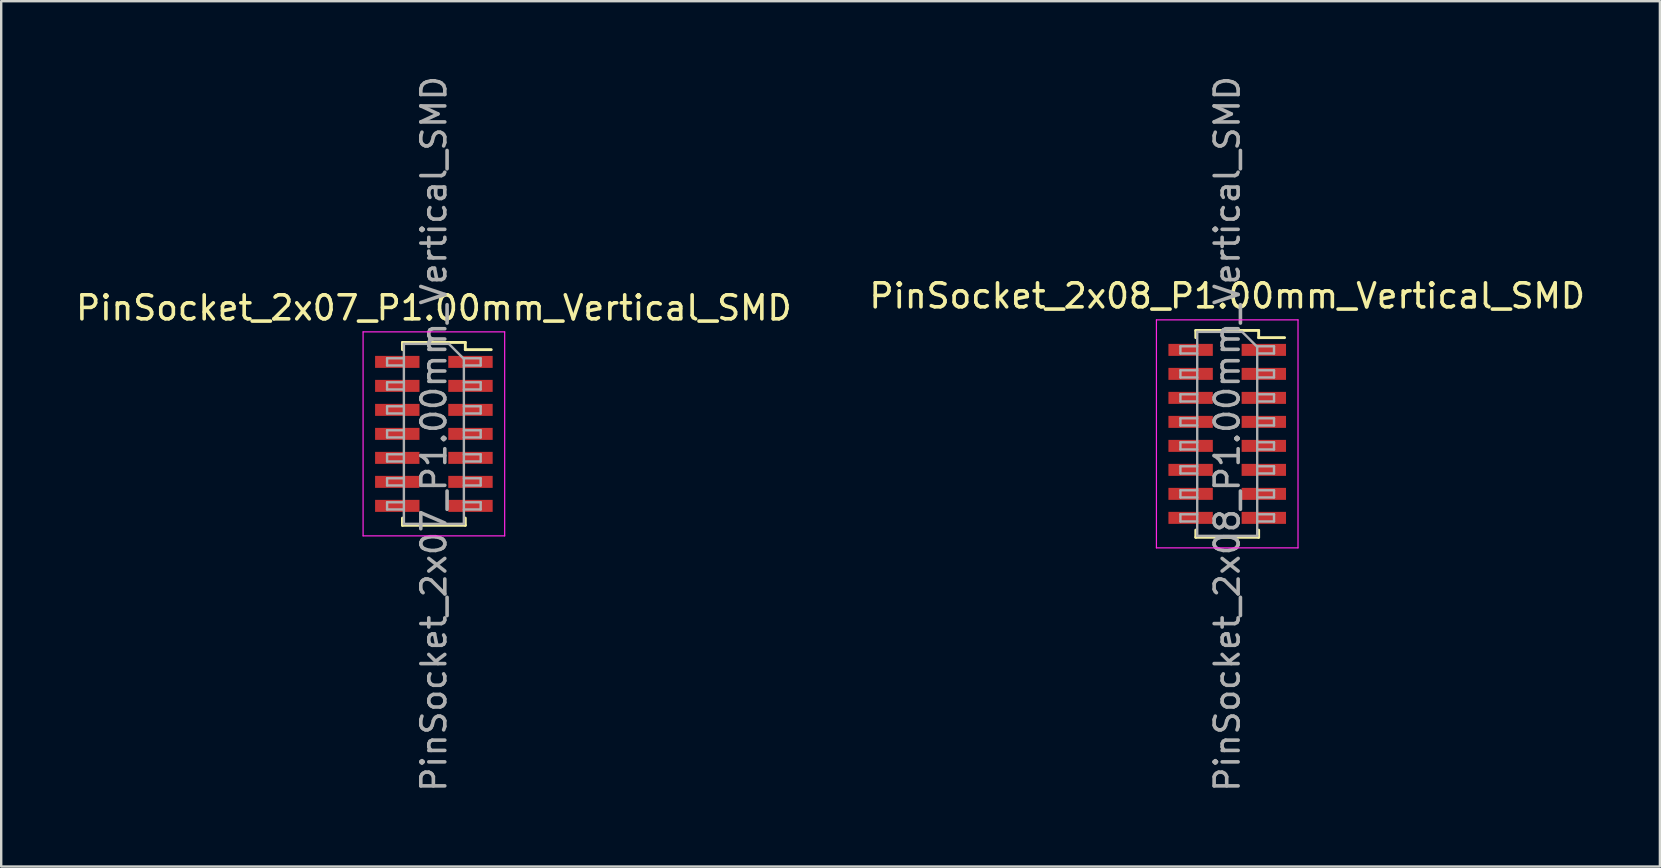
<source format=kicad_pcb>
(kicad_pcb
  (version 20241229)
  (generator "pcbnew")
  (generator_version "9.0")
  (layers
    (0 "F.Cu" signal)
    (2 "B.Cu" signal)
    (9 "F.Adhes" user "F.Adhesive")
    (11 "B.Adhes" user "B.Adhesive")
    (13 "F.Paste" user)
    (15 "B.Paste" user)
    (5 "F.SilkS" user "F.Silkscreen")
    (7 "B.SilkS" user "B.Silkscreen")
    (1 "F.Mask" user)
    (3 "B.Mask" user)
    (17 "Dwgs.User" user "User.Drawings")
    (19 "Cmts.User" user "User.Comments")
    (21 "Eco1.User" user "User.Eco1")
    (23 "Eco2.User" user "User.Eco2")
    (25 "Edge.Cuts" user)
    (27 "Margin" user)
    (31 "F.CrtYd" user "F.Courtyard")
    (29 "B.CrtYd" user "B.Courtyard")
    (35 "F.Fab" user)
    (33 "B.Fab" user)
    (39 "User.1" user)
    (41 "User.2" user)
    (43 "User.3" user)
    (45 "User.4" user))
  (footprint "PinSocket_2x07_P1.00mm_Vertical_SMD"
    (layer "F.Cu")
    (at 15.03 15.03)
    (property "Reference" "PinSocket_2x07_P1.00mm_Vertical_SMD" (at 0 -5.25 0) (layer "F.SilkS") (effects (font (size 1 1) (thickness 0.15))))
    (attr smd)
    (fp_line (start -1.31 -3.81) (end -1.31 -3.51) (stroke (width 0.12) (type solid)) (layer "F.SilkS"))
    (fp_line (start -1.31 -3.81) (end 1.31 -3.81) (stroke (width 0.12) (type solid)) (layer "F.SilkS"))
    (fp_line (start -1.31 3.51) (end -1.31 3.81) (stroke (width 0.12) (type solid)) (layer "F.SilkS"))
    (fp_line (start -1.31 3.81) (end 1.31 3.81) (stroke (width 0.12) (type solid)) (layer "F.SilkS"))
    (fp_line (start 1.31 -3.81) (end 1.31 -3.51) (stroke (width 0.12) (type solid)) (layer "F.SilkS"))
    (fp_line (start 1.31 -3.51) (end 2.39 -3.51) (stroke (width 0.12) (type solid)) (layer "F.SilkS"))
    (fp_line (start 1.31 3.51) (end 1.31 3.81) (stroke (width 0.12) (type solid)) (layer "F.SilkS"))
    (fp_line (start -2.95 -4.25) (end 2.95 -4.25) (stroke (width 0.05) (type solid)) (layer "F.CrtYd"))
    (fp_line (start -2.95 4.25) (end -2.95 -4.25) (stroke (width 0.05) (type solid)) (layer "F.CrtYd"))
    (fp_line (start 2.95 -4.25) (end 2.95 4.25) (stroke (width 0.05) (type solid)) (layer "F.CrtYd"))
    (fp_line (start 2.95 4.25) (end -2.95 4.25) (stroke (width 0.05) (type solid)) (layer "F.CrtYd"))
    (fp_line (start -1.95 -3.15) (end -1.25 -3.15) (stroke (width 0.1) (type solid)) (layer "F.Fab"))
    (fp_line (start -1.95 -2.85) (end -1.95 -3.15) (stroke (width 0.1) (type solid)) (layer "F.Fab"))
    (fp_line (start -1.95 -2.15) (end -1.25 -2.15) (stroke (width 0.1) (type solid)) (layer "F.Fab"))
    (fp_line (start -1.95 -1.85) (end -1.95 -2.15) (stroke (width 0.1) (type solid)) (layer "F.Fab"))
    (fp_line (start -1.95 -1.15) (end -1.25 -1.15) (stroke (width 0.1) (type solid)) (layer "F.Fab"))
    (fp_line (start -1.95 -0.85) (end -1.95 -1.15) (stroke (width 0.1) (type solid)) (layer "F.Fab"))
    (fp_line (start -1.95 -0.15) (end -1.25 -0.15) (stroke (width 0.1) (type solid)) (layer "F.Fab"))
    (fp_line (start -1.95 0.15) (end -1.95 -0.15) (stroke (width 0.1) (type solid)) (layer "F.Fab"))
    (fp_line (start -1.95 0.85) (end -1.25 0.85) (stroke (width 0.1) (type solid)) (layer "F.Fab"))
    (fp_line (start -1.95 1.15) (end -1.95 0.85) (stroke (width 0.1) (type solid)) (layer "F.Fab"))
    (fp_line (start -1.95 1.85) (end -1.25 1.85) (stroke (width 0.1) (type solid)) (layer "F.Fab"))
    (fp_line (start -1.95 2.15) (end -1.95 1.85) (stroke (width 0.1) (type solid)) (layer "F.Fab"))
    (fp_line (start -1.95 2.85) (end -1.25 2.85) (stroke (width 0.1) (type solid)) (layer "F.Fab"))
    (fp_line (start -1.95 3.15) (end -1.95 2.85) (stroke (width 0.1) (type solid)) (layer "F.Fab"))
    (fp_line (start -1.25 -3.75) (end 0.625 -3.75) (stroke (width 0.1) (type solid)) (layer "F.Fab"))
    (fp_line (start -1.25 -2.85) (end -1.95 -2.85) (stroke (width 0.1) (type solid)) (layer "F.Fab"))
    (fp_line (start -1.25 -1.85) (end -1.95 -1.85) (stroke (width 0.1) (type solid)) (layer "F.Fab"))
    (fp_line (start -1.25 -0.85) (end -1.95 -0.85) (stroke (width 0.1) (type solid)) (layer "F.Fab"))
    (fp_line (start -1.25 0.15) (end -1.95 0.15) (stroke (width 0.1) (type solid)) (layer "F.Fab"))
    (fp_line (start -1.25 1.15) (end -1.95 1.15) (stroke (width 0.1) (type solid)) (layer "F.Fab"))
    (fp_line (start -1.25 2.15) (end -1.95 2.15) (stroke (width 0.1) (type solid)) (layer "F.Fab"))
    (fp_line (start -1.25 3.15) (end -1.95 3.15) (stroke (width 0.1) (type solid)) (layer "F.Fab"))
    (fp_line (start -1.25 3.75) (end -1.25 -3.75) (stroke (width 0.1) (type solid)) (layer "F.Fab"))
    (fp_line (start 0.625 -3.75) (end 1.25 -3.125) (stroke (width 0.1) (type solid)) (layer "F.Fab"))
    (fp_line (start 1.25 -3.15) (end 1.95 -3.15) (stroke (width 0.1) (type solid)) (layer "F.Fab"))
    (fp_line (start 1.25 -3.125) (end 1.25 3.75) (stroke (width 0.1) (type solid)) (layer "F.Fab"))
    (fp_line (start 1.25 -2.15) (end 1.95 -2.15) (stroke (width 0.1) (type solid)) (layer "F.Fab"))
    (fp_line (start 1.25 -1.15) (end 1.95 -1.15) (stroke (width 0.1) (type solid)) (layer "F.Fab"))
    (fp_line (start 1.25 -0.15) (end 1.95 -0.15) (stroke (width 0.1) (type solid)) (layer "F.Fab"))
    (fp_line (start 1.25 0.85) (end 1.95 0.85) (stroke (width 0.1) (type solid)) (layer "F.Fab"))
    (fp_line (start 1.25 1.85) (end 1.95 1.85) (stroke (width 0.1) (type solid)) (layer "F.Fab"))
    (fp_line (start 1.25 2.85) (end 1.95 2.85) (stroke (width 0.1) (type solid)) (layer "F.Fab"))
    (fp_line (start 1.25 3.75) (end -1.25 3.75) (stroke (width 0.1) (type solid)) (layer "F.Fab"))
    (fp_line (start 1.95 -3.15) (end 1.95 -2.85) (stroke (width 0.1) (type solid)) (layer "F.Fab"))
    (fp_line (start 1.95 -2.85) (end 1.25 -2.85) (stroke (width 0.1) (type solid)) (layer "F.Fab"))
    (fp_line (start 1.95 -2.15) (end 1.95 -1.85) (stroke (width 0.1) (type solid)) (layer "F.Fab"))
    (fp_line (start 1.95 -1.85) (end 1.25 -1.85) (stroke (width 0.1) (type solid)) (layer "F.Fab"))
    (fp_line (start 1.95 -1.15) (end 1.95 -0.85) (stroke (width 0.1) (type solid)) (layer "F.Fab"))
    (fp_line (start 1.95 -0.85) (end 1.25 -0.85) (stroke (width 0.1) (type solid)) (layer "F.Fab"))
    (fp_line (start 1.95 -0.15) (end 1.95 0.15) (stroke (width 0.1) (type solid)) (layer "F.Fab"))
    (fp_line (start 1.95 0.15) (end 1.25 0.15) (stroke (width 0.1) (type solid)) (layer "F.Fab"))
    (fp_line (start 1.95 0.85) (end 1.95 1.15) (stroke (width 0.1) (type solid)) (layer "F.Fab"))
    (fp_line (start 1.95 1.15) (end 1.25 1.15) (stroke (width 0.1) (type solid)) (layer "F.Fab"))
    (fp_line (start 1.95 1.85) (end 1.95 2.15) (stroke (width 0.1) (type solid)) (layer "F.Fab"))
    (fp_line (start 1.95 2.15) (end 1.25 2.15) (stroke (width 0.1) (type solid)) (layer "F.Fab"))
    (fp_line (start 1.95 2.85) (end 1.95 3.15) (stroke (width 0.1) (type solid)) (layer "F.Fab"))
    (fp_line (start 1.95 3.15) (end 1.25 3.15) (stroke (width 0.1) (type solid)) (layer "F.Fab"))
    (fp_text user "${REFERENCE}" (at 0 0 90) (layer "F.Fab") (effects (font (size 1 1) (thickness 0.15))))
    (pad "1" smd rect (at 1.525 -3) (size 1.85 0.5) (layers "F.Cu" "F.Mask" "F.Paste"))
    (pad "2" smd rect (at -1.525 -3) (size 1.85 0.5) (layers "F.Cu" "F.Mask" "F.Paste"))
    (pad "3" smd rect (at 1.525 -2) (size 1.85 0.5) (layers "F.Cu" "F.Mask" "F.Paste"))
    (pad "4" smd rect (at -1.525 -2) (size 1.85 0.5) (layers "F.Cu" "F.Mask" "F.Paste"))
    (pad "5" smd rect (at 1.525 -1) (size 1.85 0.5) (layers "F.Cu" "F.Mask" "F.Paste"))
    (pad "6" smd rect (at -1.525 -1) (size 1.85 0.5) (layers "F.Cu" "F.Mask" "F.Paste"))
    (pad "7" smd rect (at 1.525 0) (size 1.85 0.5) (layers "F.Cu" "F.Mask" "F.Paste"))
    (pad "8" smd rect (at -1.525 0) (size 1.85 0.5) (layers "F.Cu" "F.Mask" "F.Paste"))
    (pad "9" smd rect (at 1.525 1) (size 1.85 0.5) (layers "F.Cu" "F.Mask" "F.Paste"))
    (pad "10" smd rect (at -1.525 1) (size 1.85 0.5) (layers "F.Cu" "F.Mask" "F.Paste"))
    (pad "11" smd rect (at 1.525 2) (size 1.85 0.5) (layers "F.Cu" "F.Mask" "F.Paste"))
    (pad "12" smd rect (at -1.525 2) (size 1.85 0.5) (layers "F.Cu" "F.Mask" "F.Paste"))
    (pad "13" smd rect (at 1.525 3) (size 1.85 0.5) (layers "F.Cu" "F.Mask" "F.Paste"))
    (pad "14" smd rect (at -1.525 3) (size 1.85 0.5) (layers "F.Cu" "F.Mask" "F.Paste")))
  (footprint "PinSocket_2x08_P1.00mm_Vertical_SMD"
    (layer "F.Cu")
    (at 48.089 15.03)
    (property "Reference" "PinSocket_2x08_P1.00mm_Vertical_SMD" (at 0 -5.75 0) (layer "F.SilkS") (effects (font (size 1 1) (thickness 0.15))))
    (attr smd)
    (fp_line (start -1.31 -4.31) (end -1.31 -4.01) (stroke (width 0.12) (type solid)) (layer "F.SilkS"))
    (fp_line (start -1.31 -4.31) (end 1.31 -4.31) (stroke (width 0.12) (type solid)) (layer "F.SilkS"))
    (fp_line (start -1.31 4.01) (end -1.31 4.31) (stroke (width 0.12) (type solid)) (layer "F.SilkS"))
    (fp_line (start -1.31 4.31) (end 1.31 4.31) (stroke (width 0.12) (type solid)) (layer "F.SilkS"))
    (fp_line (start 1.31 -4.31) (end 1.31 -4.01) (stroke (width 0.12) (type solid)) (layer "F.SilkS"))
    (fp_line (start 1.31 -4.01) (end 2.39 -4.01) (stroke (width 0.12) (type solid)) (layer "F.SilkS"))
    (fp_line (start 1.31 4.01) (end 1.31 4.31) (stroke (width 0.12) (type solid)) (layer "F.SilkS"))
    (fp_line (start -2.95 -4.75) (end 2.95 -4.75) (stroke (width 0.05) (type solid)) (layer "F.CrtYd"))
    (fp_line (start -2.95 4.75) (end -2.95 -4.75) (stroke (width 0.05) (type solid)) (layer "F.CrtYd"))
    (fp_line (start 2.95 -4.75) (end 2.95 4.75) (stroke (width 0.05) (type solid)) (layer "F.CrtYd"))
    (fp_line (start 2.95 4.75) (end -2.95 4.75) (stroke (width 0.05) (type solid)) (layer "F.CrtYd"))
    (fp_line (start -1.95 -3.65) (end -1.25 -3.65) (stroke (width 0.1) (type solid)) (layer "F.Fab"))
    (fp_line (start -1.95 -3.35) (end -1.95 -3.65) (stroke (width 0.1) (type solid)) (layer "F.Fab"))
    (fp_line (start -1.95 -2.65) (end -1.25 -2.65) (stroke (width 0.1) (type solid)) (layer "F.Fab"))
    (fp_line (start -1.95 -2.35) (end -1.95 -2.65) (stroke (width 0.1) (type solid)) (layer "F.Fab"))
    (fp_line (start -1.95 -1.65) (end -1.25 -1.65) (stroke (width 0.1) (type solid)) (layer "F.Fab"))
    (fp_line (start -1.95 -1.35) (end -1.95 -1.65) (stroke (width 0.1) (type solid)) (layer "F.Fab"))
    (fp_line (start -1.95 -0.65) (end -1.25 -0.65) (stroke (width 0.1) (type solid)) (layer "F.Fab"))
    (fp_line (start -1.95 -0.35) (end -1.95 -0.65) (stroke (width 0.1) (type solid)) (layer "F.Fab"))
    (fp_line (start -1.95 0.35) (end -1.25 0.35) (stroke (width 0.1) (type solid)) (layer "F.Fab"))
    (fp_line (start -1.95 0.65) (end -1.95 0.35) (stroke (width 0.1) (type solid)) (layer "F.Fab"))
    (fp_line (start -1.95 1.35) (end -1.25 1.35) (stroke (width 0.1) (type solid)) (layer "F.Fab"))
    (fp_line (start -1.95 1.65) (end -1.95 1.35) (stroke (width 0.1) (type solid)) (layer "F.Fab"))
    (fp_line (start -1.95 2.35) (end -1.25 2.35) (stroke (width 0.1) (type solid)) (layer "F.Fab"))
    (fp_line (start -1.95 2.65) (end -1.95 2.35) (stroke (width 0.1) (type solid)) (layer "F.Fab"))
    (fp_line (start -1.95 3.35) (end -1.25 3.35) (stroke (width 0.1) (type solid)) (layer "F.Fab"))
    (fp_line (start -1.95 3.65) (end -1.95 3.35) (stroke (width 0.1) (type solid)) (layer "F.Fab"))
    (fp_line (start -1.25 -4.25) (end 0.625 -4.25) (stroke (width 0.1) (type solid)) (layer "F.Fab"))
    (fp_line (start -1.25 -3.35) (end -1.95 -3.35) (stroke (width 0.1) (type solid)) (layer "F.Fab"))
    (fp_line (start -1.25 -2.35) (end -1.95 -2.35) (stroke (width 0.1) (type solid)) (layer "F.Fab"))
    (fp_line (start -1.25 -1.35) (end -1.95 -1.35) (stroke (width 0.1) (type solid)) (layer "F.Fab"))
    (fp_line (start -1.25 -0.35) (end -1.95 -0.35) (stroke (width 0.1) (type solid)) (layer "F.Fab"))
    (fp_line (start -1.25 0.65) (end -1.95 0.65) (stroke (width 0.1) (type solid)) (layer "F.Fab"))
    (fp_line (start -1.25 1.65) (end -1.95 1.65) (stroke (width 0.1) (type solid)) (layer "F.Fab"))
    (fp_line (start -1.25 2.65) (end -1.95 2.65) (stroke (width 0.1) (type solid)) (layer "F.Fab"))
    (fp_line (start -1.25 3.65) (end -1.95 3.65) (stroke (width 0.1) (type solid)) (layer "F.Fab"))
    (fp_line (start -1.25 4.25) (end -1.25 -4.25) (stroke (width 0.1) (type solid)) (layer "F.Fab"))
    (fp_line (start 0.625 -4.25) (end 1.25 -3.625) (stroke (width 0.1) (type solid)) (layer "F.Fab"))
    (fp_line (start 1.25 -3.65) (end 1.95 -3.65) (stroke (width 0.1) (type solid)) (layer "F.Fab"))
    (fp_line (start 1.25 -3.625) (end 1.25 4.25) (stroke (width 0.1) (type solid)) (layer "F.Fab"))
    (fp_line (start 1.25 -2.65) (end 1.95 -2.65) (stroke (width 0.1) (type solid)) (layer "F.Fab"))
    (fp_line (start 1.25 -1.65) (end 1.95 -1.65) (stroke (width 0.1) (type solid)) (layer "F.Fab"))
    (fp_line (start 1.25 -0.65) (end 1.95 -0.65) (stroke (width 0.1) (type solid)) (layer "F.Fab"))
    (fp_line (start 1.25 0.35) (end 1.95 0.35) (stroke (width 0.1) (type solid)) (layer "F.Fab"))
    (fp_line (start 1.25 1.35) (end 1.95 1.35) (stroke (width 0.1) (type solid)) (layer "F.Fab"))
    (fp_line (start 1.25 2.35) (end 1.95 2.35) (stroke (width 0.1) (type solid)) (layer "F.Fab"))
    (fp_line (start 1.25 3.35) (end 1.95 3.35) (stroke (width 0.1) (type solid)) (layer "F.Fab"))
    (fp_line (start 1.25 4.25) (end -1.25 4.25) (stroke (width 0.1) (type solid)) (layer "F.Fab"))
    (fp_line (start 1.95 -3.65) (end 1.95 -3.35) (stroke (width 0.1) (type solid)) (layer "F.Fab"))
    (fp_line (start 1.95 -3.35) (end 1.25 -3.35) (stroke (width 0.1) (type solid)) (layer "F.Fab"))
    (fp_line (start 1.95 -2.65) (end 1.95 -2.35) (stroke (width 0.1) (type solid)) (layer "F.Fab"))
    (fp_line (start 1.95 -2.35) (end 1.25 -2.35) (stroke (width 0.1) (type solid)) (layer "F.Fab"))
    (fp_line (start 1.95 -1.65) (end 1.95 -1.35) (stroke (width 0.1) (type solid)) (layer "F.Fab"))
    (fp_line (start 1.95 -1.35) (end 1.25 -1.35) (stroke (width 0.1) (type solid)) (layer "F.Fab"))
    (fp_line (start 1.95 -0.65) (end 1.95 -0.35) (stroke (width 0.1) (type solid)) (layer "F.Fab"))
    (fp_line (start 1.95 -0.35) (end 1.25 -0.35) (stroke (width 0.1) (type solid)) (layer "F.Fab"))
    (fp_line (start 1.95 0.35) (end 1.95 0.65) (stroke (width 0.1) (type solid)) (layer "F.Fab"))
    (fp_line (start 1.95 0.65) (end 1.25 0.65) (stroke (width 0.1) (type solid)) (layer "F.Fab"))
    (fp_line (start 1.95 1.35) (end 1.95 1.65) (stroke (width 0.1) (type solid)) (layer "F.Fab"))
    (fp_line (start 1.95 1.65) (end 1.25 1.65) (stroke (width 0.1) (type solid)) (layer "F.Fab"))
    (fp_line (start 1.95 2.35) (end 1.95 2.65) (stroke (width 0.1) (type solid)) (layer "F.Fab"))
    (fp_line (start 1.95 2.65) (end 1.25 2.65) (stroke (width 0.1) (type solid)) (layer "F.Fab"))
    (fp_line (start 1.95 3.35) (end 1.95 3.65) (stroke (width 0.1) (type solid)) (layer "F.Fab"))
    (fp_line (start 1.95 3.65) (end 1.25 3.65) (stroke (width 0.1) (type solid)) (layer "F.Fab"))
    (fp_text user "${REFERENCE}" (at 0 0 90) (layer "F.Fab") (effects (font (size 1 1) (thickness 0.15))))
    (pad "1" smd rect (at 1.525 -3.5) (size 1.85 0.5) (layers "F.Cu" "F.Mask" "F.Paste"))
    (pad "2" smd rect (at -1.525 -3.5) (size 1.85 0.5) (layers "F.Cu" "F.Mask" "F.Paste"))
    (pad "3" smd rect (at 1.525 -2.5) (size 1.85 0.5) (layers "F.Cu" "F.Mask" "F.Paste"))
    (pad "4" smd rect (at -1.525 -2.5) (size 1.85 0.5) (layers "F.Cu" "F.Mask" "F.Paste"))
    (pad "5" smd rect (at 1.525 -1.5) (size 1.85 0.5) (layers "F.Cu" "F.Mask" "F.Paste"))
    (pad "6" smd rect (at -1.525 -1.5) (size 1.85 0.5) (layers "F.Cu" "F.Mask" "F.Paste"))
    (pad "7" smd rect (at 1.525 -0.5) (size 1.85 0.5) (layers "F.Cu" "F.Mask" "F.Paste"))
    (pad "8" smd rect (at -1.525 -0.5) (size 1.85 0.5) (layers "F.Cu" "F.Mask" "F.Paste"))
    (pad "9" smd rect (at 1.525 0.5) (size 1.85 0.5) (layers "F.Cu" "F.Mask" "F.Paste"))
    (pad "10" smd rect (at -1.525 0.5) (size 1.85 0.5) (layers "F.Cu" "F.Mask" "F.Paste"))
    (pad "11" smd rect (at 1.525 1.5) (size 1.85 0.5) (layers "F.Cu" "F.Mask" "F.Paste"))
    (pad "12" smd rect (at -1.525 1.5) (size 1.85 0.5) (layers "F.Cu" "F.Mask" "F.Paste"))
    (pad "13" smd rect (at 1.525 2.5) (size 1.85 0.5) (layers "F.Cu" "F.Mask" "F.Paste"))
    (pad "14" smd rect (at -1.525 2.5) (size 1.85 0.5) (layers "F.Cu" "F.Mask" "F.Paste"))
    (pad "15" smd rect (at 1.525 3.5) (size 1.85 0.5) (layers "F.Cu" "F.Mask" "F.Paste"))
    (pad "16" smd rect (at -1.525 3.5) (size 1.85 0.5) (layers "F.Cu" "F.Mask" "F.Paste")))
  (gr_rect
    (start -3 -3)
    (end 66.119 33.06)
    (stroke (width 0.1) (type default))
    (fill no)
    (layer "Edge.Cuts")))
</source>
